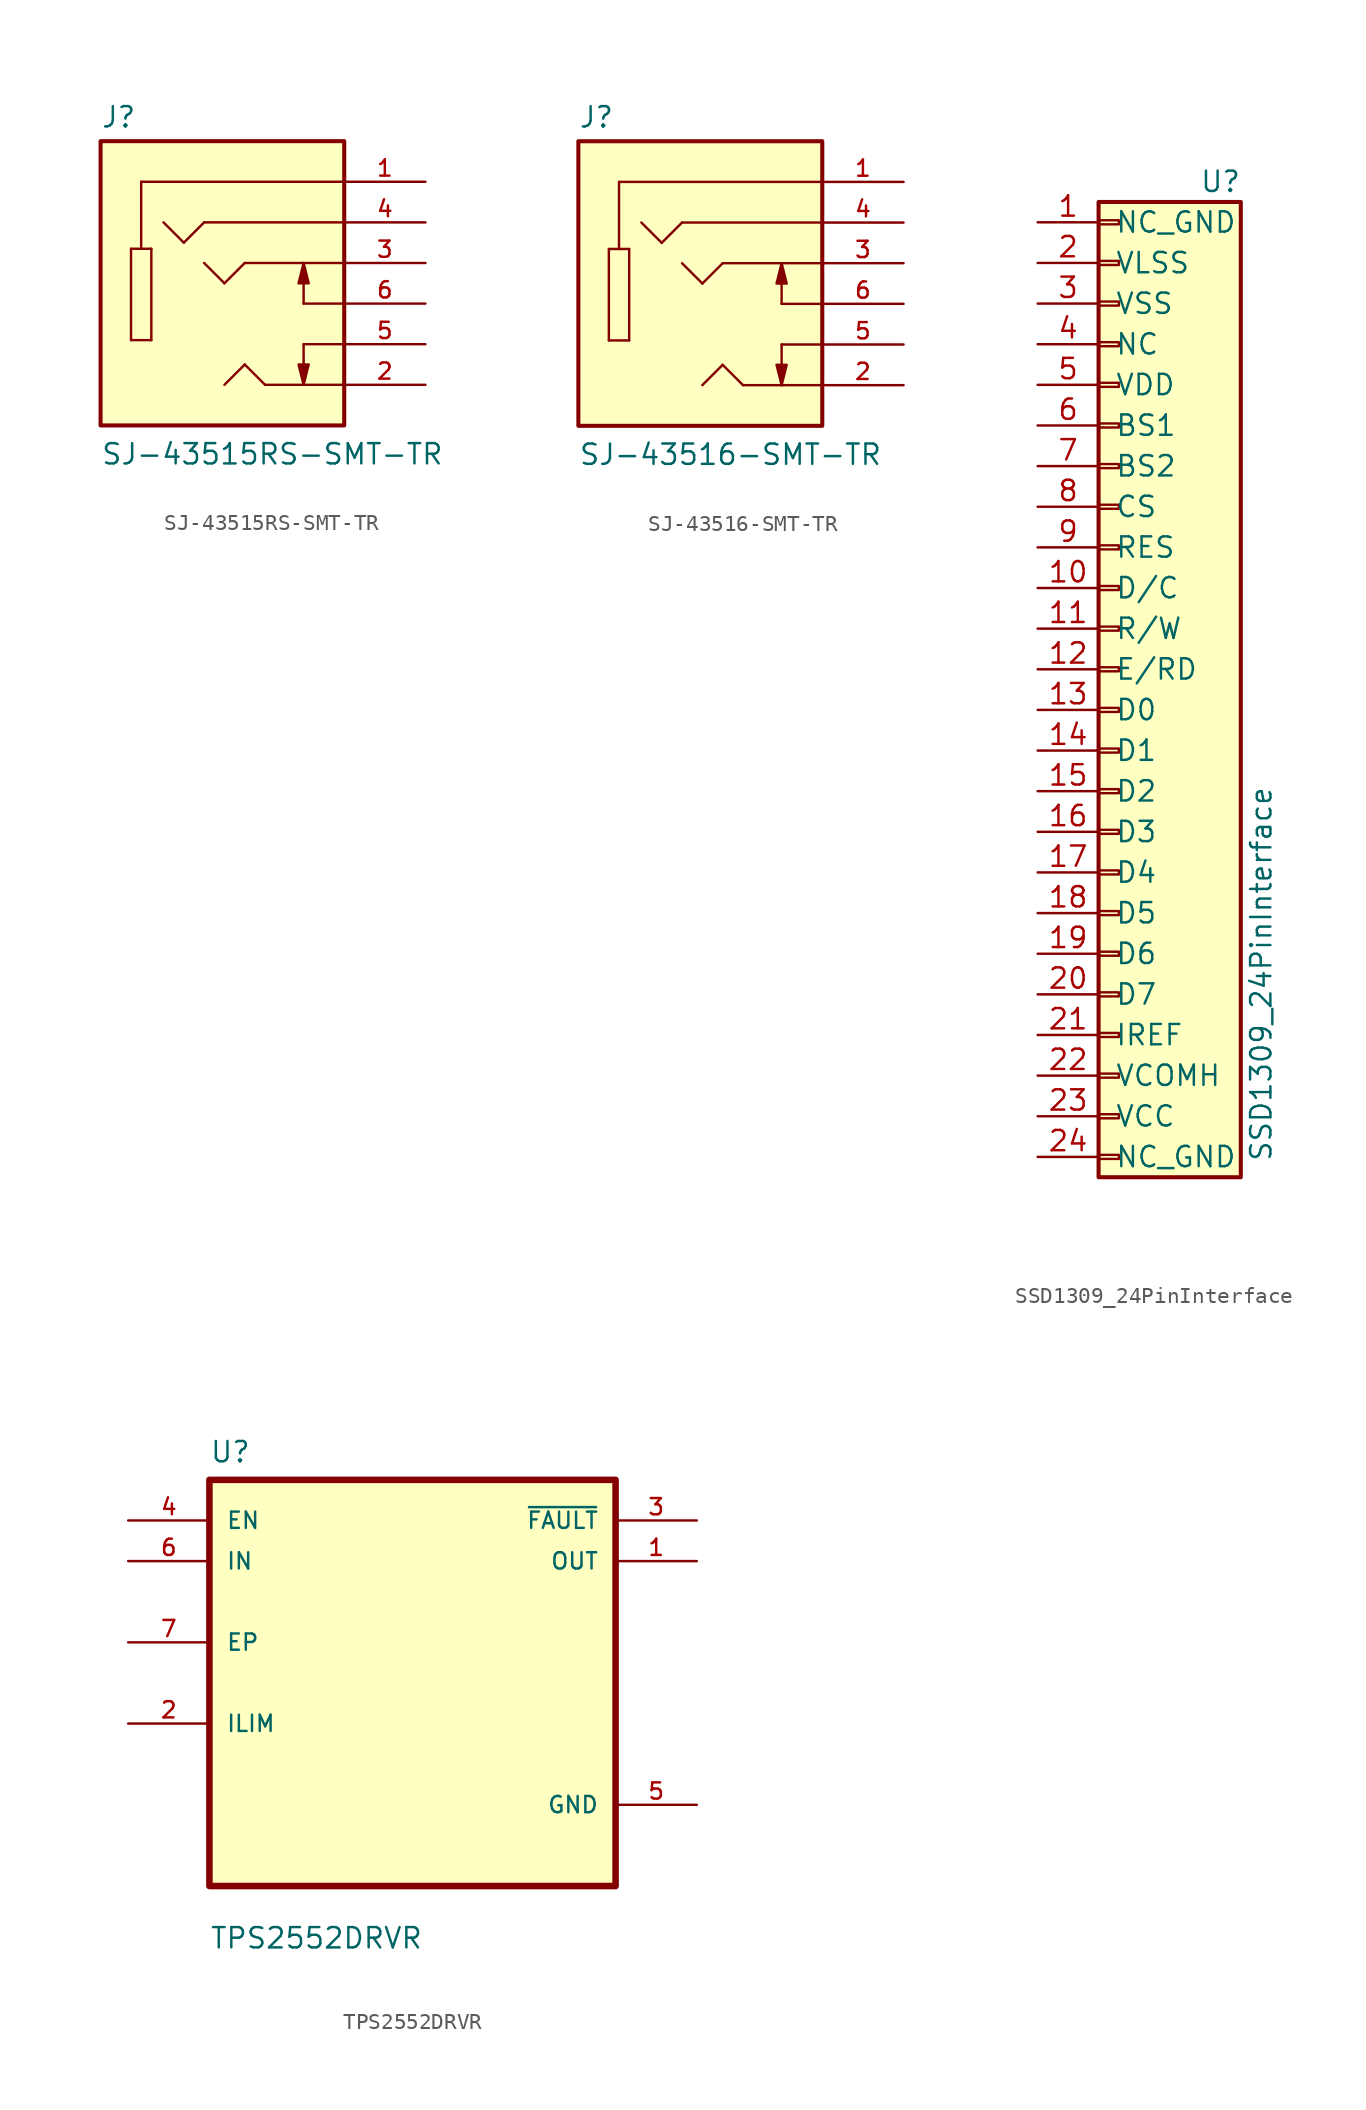
<source format=kicad_sym>
(kicad_symbol_lib
  (version 20231120)
  (generator "kicad_symbol_editor")
  (generator_version "8.0")
  (symbol "SJ-43515RS-SMT-TR"
    (pin_names
      (offset 1.016) hide)
    (property "Reference" "J"
      (at -7.62 8.382 0)
      (effects (font (size 1.27 1.27)) (justify left bottom)))
    (property "Value" "SJ-43515RS-SMT-TR"
      (at -7.62 -12.7 0)
      (effects (font (size 1.27 1.27)) (justify left bottom)))
    (property "ki_locked" ""
      (at 0 0 0)
      (effects (font (size 1.27 1.27))))
    (symbol "SJ-43515RS-SMT-TR_0_0"
      (rectangle (start -7.62 7.62) (end 7.62 -10.16) (stroke (width 0.254) (type default)) (fill (type background)))
      (polyline (pts (xy -5.715 -4.826) (xy -5.715 0.889)) (stroke (width 0.152) (type default)) (fill (type none)))
      (polyline (pts (xy -5.715 0.889) (xy -5.08 0.889)) (stroke (width 0.152) (type default)) (fill (type none)))
      (polyline (pts (xy -5.08 0.889) (xy -4.445 0.889)) (stroke (width 0.152) (type default)) (fill (type none)))
      (polyline (pts (xy -5.08 5.08) (xy -5.08 0.889)) (stroke (width 0.152) (type default)) (fill (type none)))
      (polyline (pts (xy -4.445 -4.826) (xy -5.715 -4.826)) (stroke (width 0.152) (type default)) (fill (type none)))
      (polyline (pts (xy -4.445 0.889) (xy -4.445 -4.826)) (stroke (width 0.152) (type default)) (fill (type none)))
      (polyline (pts (xy -2.413 1.27) (xy -3.683 2.54)) (stroke (width 0.152) (type default)) (fill (type none)))
      (polyline (pts (xy -1.143 2.54) (xy -2.413 1.27)) (stroke (width 0.152) (type default)) (fill (type none)))
      (polyline (pts (xy 0.127 -1.27) (xy -1.143 0)) (stroke (width 0.152) (type default)) (fill (type none)))
      (polyline (pts (xy 1.397 -6.35) (xy 0.127 -7.62)) (stroke (width 0.152) (type default)) (fill (type none)))
      (polyline (pts (xy 1.397 0) (xy 0.127 -1.27)) (stroke (width 0.152) (type default)) (fill (type none)))
      (polyline (pts (xy 2.667 -7.62) (xy 1.397 -6.35)) (stroke (width 0.152) (type default)) (fill (type none)))
      (polyline (pts (xy 5.08 -5.08) (xy 5.08 -7.62)) (stroke (width 0.152) (type default)) (fill (type none)))
      (polyline (pts (xy 5.08 -2.54) (xy 5.08 0)) (stroke (width 0.152) (type default)) (fill (type none)))
      (polyline (pts (xy 7.62 -7.62) (xy 2.667 -7.62)) (stroke (width 0.152) (type default)) (fill (type none)))
      (polyline (pts (xy 7.62 -5.08) (xy 5.08 -5.08)) (stroke (width 0.152) (type default)) (fill (type none)))
      (polyline (pts (xy 7.62 -2.54) (xy 5.08 -2.54)) (stroke (width 0.152) (type default)) (fill (type none)))
      (polyline (pts (xy 7.62 0) (xy 1.397 0)) (stroke (width 0.152) (type default)) (fill (type none)))
      (polyline (pts (xy 7.62 2.54) (xy -1.143 2.54)) (stroke (width 0.152) (type default)) (fill (type none)))
      (polyline (pts (xy 7.62 5.08) (xy -5.08 5.08)) (stroke (width 0.152) (type default)) (fill (type none)))
      (polyline (pts (xy 5.08 -7.62) (xy 4.763 -6.35) (xy 5.397 -6.35) (xy 5.08 -7.62)) (stroke (width 0.152) (type default)) (fill (type outline)))
      (polyline (pts (xy 5.08 0) (xy 5.397 -1.27) (xy 4.763 -1.27) (xy 5.08 0)) (stroke (width 0.152) (type default)) (fill (type outline)))
      (pin passive line (at 12.7 5.08 180) (length 5.08) (name "~" (effects (font (size 1.016 1.016)))) (number "1" (effects (font (size 1.016 1.016)))))
      (pin passive line (at 12.7 -7.62 180) (length 5.08) (name "~" (effects (font (size 1.016 1.016)))) (number "2" (effects (font (size 1.016 1.016)))))
      (pin passive line (at 12.7 0 180) (length 5.08) (name "~" (effects (font (size 1.016 1.016)))) (number "3" (effects (font (size 1.016 1.016)))))
      (pin passive line (at 12.7 2.54 180) (length 5.08) (name "~" (effects (font (size 1.016 1.016)))) (number "4" (effects (font (size 1.016 1.016)))))
      (pin passive line (at 12.7 -5.08 180) (length 5.08) (name "~" (effects (font (size 1.016 1.016)))) (number "5" (effects (font (size 1.016 1.016)))))
      (pin passive line (at 12.7 -2.54 180) (length 5.08) (name "~" (effects (font (size 1.016 1.016)))) (number "6" (effects (font (size 1.016 1.016)))))))
  (symbol "SJ-43516-SMT-TR"
    (pin_names
      (offset 1.016))
    (property "Reference" "J"
      (at -7.62 8.382 0)
      (effects (font (size 1.27 1.27)) (justify left bottom)))
    (property "Value" "SJ-43516-SMT-TR"
      (at -7.62 -12.7 0)
      (effects (font (size 1.27 1.27)) (justify left bottom)))
    (symbol "SJ-43516-SMT-TR_0_0"
      (rectangle (start -7.62 -10.16) (end 7.62 7.62) (stroke (width 0.254) (type default)) (fill (type background)))
      (polyline (pts (xy -5.715 -4.826) (xy -5.715 0.889)) (stroke (width 0.152) (type default)) (fill (type none)))
      (polyline (pts (xy -5.715 0.889) (xy -5.08 0.889)) (stroke (width 0.152) (type default)) (fill (type none)))
      (polyline (pts (xy -5.08 0.889) (xy -4.445 0.889)) (stroke (width 0.152) (type default)) (fill (type none)))
      (polyline (pts (xy -5.08 5.08) (xy -5.08 0.889)) (stroke (width 0.152) (type default)) (fill (type none)))
      (polyline (pts (xy -4.445 -4.826) (xy -5.715 -4.826)) (stroke (width 0.152) (type default)) (fill (type none)))
      (polyline (pts (xy -4.445 0.889) (xy -4.445 -4.826)) (stroke (width 0.152) (type default)) (fill (type none)))
      (polyline (pts (xy -2.413 1.27) (xy -3.683 2.54)) (stroke (width 0.152) (type default)) (fill (type none)))
      (polyline (pts (xy -1.143 2.54) (xy -2.413 1.27)) (stroke (width 0.152) (type default)) (fill (type none)))
      (polyline (pts (xy 0.127 -1.27) (xy -1.143 0)) (stroke (width 0.152) (type default)) (fill (type none)))
      (polyline (pts (xy 1.397 -6.35) (xy 0.127 -7.62)) (stroke (width 0.152) (type default)) (fill (type none)))
      (polyline (pts (xy 1.397 0) (xy 0.127 -1.27)) (stroke (width 0.152) (type default)) (fill (type none)))
      (polyline (pts (xy 2.667 -7.62) (xy 1.397 -6.35)) (stroke (width 0.152) (type default)) (fill (type none)))
      (polyline (pts (xy 5.08 -5.08) (xy 5.08 -7.62)) (stroke (width 0.152) (type default)) (fill (type none)))
      (polyline (pts (xy 5.08 -2.54) (xy 5.08 0)) (stroke (width 0.152) (type default)) (fill (type none)))
      (polyline (pts (xy 7.62 -7.62) (xy 2.667 -7.62)) (stroke (width 0.152) (type default)) (fill (type none)))
      (polyline (pts (xy 7.62 -5.08) (xy 5.08 -5.08)) (stroke (width 0.152) (type default)) (fill (type none)))
      (polyline (pts (xy 7.62 -2.54) (xy 5.08 -2.54)) (stroke (width 0.152) (type default)) (fill (type none)))
      (polyline (pts (xy 7.62 0) (xy 1.397 0)) (stroke (width 0.152) (type default)) (fill (type none)))
      (polyline (pts (xy 7.62 2.54) (xy -1.143 2.54)) (stroke (width 0.152) (type default)) (fill (type none)))
      (polyline (pts (xy 7.62 5.08) (xy -5.08 5.08)) (stroke (width 0.152) (type default)) (fill (type none)))
      (polyline (pts (xy 5.08 -7.62) (xy 4.763 -6.35) (xy 5.397 -6.35) (xy 5.08 -7.62)) (stroke (width 0.152) (type default)) (fill (type outline)))
      (polyline (pts (xy 5.08 0) (xy 5.397 -1.27) (xy 4.763 -1.27) (xy 5.08 0)) (stroke (width 0.152) (type default)) (fill (type outline)))
      (pin passive line (at 12.7 5.08 180) (length 5.08) (name "~" (effects (font (size 1.016 1.016)))) (number "1" (effects (font (size 1.016 1.016)))))
      (pin passive line (at 12.7 -7.62 180) (length 5.08) (name "~" (effects (font (size 1.016 1.016)))) (number "2" (effects (font (size 1.016 1.016)))))
      (pin passive line (at 12.7 0 180) (length 5.08) (name "~" (effects (font (size 1.016 1.016)))) (number "3" (effects (font (size 1.016 1.016)))))
      (pin passive line (at 12.7 2.54 180) (length 5.08) (name "~" (effects (font (size 1.016 1.016)))) (number "4" (effects (font (size 1.016 1.016)))))
      (pin passive line (at 12.7 -5.08 180) (length 5.08) (name "~" (effects (font (size 1.016 1.016)))) (number "5" (effects (font (size 1.016 1.016)))))
      (pin passive line (at 12.7 -2.54 180) (length 5.08) (name "~" (effects (font (size 1.016 1.016)))) (number "6" (effects (font (size 1.016 1.016)))))))
  (symbol "SSD1309_24PinInterface"
    (pin_names
      (offset 1.016))
    (property "Reference" "U"
      (at 3.81 30.48 0)
      (effects (font (size 1.27 1.27))))
    (property "Value" "SSD1309_24PinInterface"
      (at 6.35 -19.05 90)
      (effects (font (size 1.27 1.27))))
    (symbol "SSD1309_24PinInterface_1_1"
      (rectangle (start -3.81 -30.353) (end -2.54 -30.607) (stroke (width 0.152) (type solid)) (fill (type none)))
      (rectangle (start -3.81 -27.813) (end -2.54 -28.067) (stroke (width 0.152) (type solid)) (fill (type none)))
      (rectangle (start -3.81 -25.273) (end -2.54 -25.527) (stroke (width 0.152) (type solid)) (fill (type none)))
      (rectangle (start -3.81 -22.733) (end -2.54 -22.987) (stroke (width 0.152) (type solid)) (fill (type none)))
      (rectangle (start -3.81 -20.193) (end -2.54 -20.447) (stroke (width 0.152) (type solid)) (fill (type none)))
      (rectangle (start -3.81 -17.653) (end -2.54 -17.907) (stroke (width 0.152) (type solid)) (fill (type none)))
      (rectangle (start -3.81 -15.113) (end -2.54 -15.367) (stroke (width 0.152) (type solid)) (fill (type none)))
      (rectangle (start -3.81 -12.573) (end -2.54 -12.827) (stroke (width 0.152) (type solid)) (fill (type none)))
      (rectangle (start -3.81 -10.033) (end -2.54 -10.287) (stroke (width 0.152) (type solid)) (fill (type none)))
      (rectangle (start -3.81 -7.493) (end -2.54 -7.747) (stroke (width 0.152) (type solid)) (fill (type none)))
      (rectangle (start -3.81 -4.953) (end -2.54 -5.207) (stroke (width 0.152) (type solid)) (fill (type none)))
      (rectangle (start -3.81 -2.413) (end -2.54 -2.667) (stroke (width 0.152) (type solid)) (fill (type none)))
      (rectangle (start -3.81 0.127) (end -2.54 -0.127) (stroke (width 0.152) (type solid)) (fill (type none)))
      (rectangle (start -3.81 2.667) (end -2.54 2.413) (stroke (width 0.152) (type solid)) (fill (type none)))
      (rectangle (start -3.81 5.207) (end -2.54 4.953) (stroke (width 0.152) (type solid)) (fill (type none)))
      (rectangle (start -3.81 7.747) (end -2.54 7.493) (stroke (width 0.152) (type solid)) (fill (type none)))
      (rectangle (start -3.81 10.287) (end -2.54 10.033) (stroke (width 0.152) (type solid)) (fill (type none)))
      (rectangle (start -3.81 12.827) (end -2.54 12.573) (stroke (width 0.152) (type solid)) (fill (type none)))
      (rectangle (start -3.81 15.367) (end -2.54 15.113) (stroke (width 0.152) (type solid)) (fill (type none)))
      (rectangle (start -3.81 17.907) (end -2.54 17.653) (stroke (width 0.152) (type solid)) (fill (type none)))
      (rectangle (start -3.81 20.447) (end -2.54 20.193) (stroke (width 0.152) (type solid)) (fill (type none)))
      (rectangle (start -3.81 22.987) (end -2.54 22.733) (stroke (width 0.152) (type solid)) (fill (type none)))
      (rectangle (start -3.81 25.527) (end -2.54 25.273) (stroke (width 0.152) (type solid)) (fill (type none)))
      (rectangle (start -3.81 28.067) (end -2.54 27.813) (stroke (width 0.152) (type solid)) (fill (type none)))
      (rectangle (start -3.81 29.21) (end 5.08 -31.75) (stroke (width 0.254) (type solid)) (fill (type background)))
      (pin passive line (at -7.62 27.94 0) (length 3.81) (name "NC_GND" (effects (font (size 1.27 1.27)))) (number "1" (effects (font (size 1.27 1.27)))))
      (pin input line (at -7.62 5.08 0) (length 3.81) (name "D/C" (effects (font (size 1.27 1.27)))) (number "10" (effects (font (size 1.27 1.27)))))
      (pin input line (at -7.62 2.54 0) (length 3.81) (name "R/W" (effects (font (size 1.27 1.27)))) (number "11" (effects (font (size 1.27 1.27)))))
      (pin input line (at -7.62 0 0) (length 3.81) (name "E/RD" (effects (font (size 1.27 1.27)))) (number "12" (effects (font (size 1.27 1.27)))))
      (pin input line (at -7.62 -2.54 0) (length 3.81) (name "D0" (effects (font (size 1.27 1.27)))) (number "13" (effects (font (size 1.27 1.27)))))
      (pin input line (at -7.62 -5.08 0) (length 3.81) (name "D1" (effects (font (size 1.27 1.27)))) (number "14" (effects (font (size 1.27 1.27)))))
      (pin input line (at -7.62 -7.62 0) (length 3.81) (name "D2" (effects (font (size 1.27 1.27)))) (number "15" (effects (font (size 1.27 1.27)))))
      (pin input line (at -7.62 -10.16 0) (length 3.81) (name "D3" (effects (font (size 1.27 1.27)))) (number "16" (effects (font (size 1.27 1.27)))))
      (pin input line (at -7.62 -12.7 0) (length 3.81) (name "D4" (effects (font (size 1.27 1.27)))) (number "17" (effects (font (size 1.27 1.27)))))
      (pin input line (at -7.62 -15.24 0) (length 3.81) (name "D5" (effects (font (size 1.27 1.27)))) (number "18" (effects (font (size 1.27 1.27)))))
      (pin input line (at -7.62 -17.78 0) (length 3.81) (name "D6" (effects (font (size 1.27 1.27)))) (number "19" (effects (font (size 1.27 1.27)))))
      (pin power_in line (at -7.62 25.4 0) (length 3.81) (name "VLSS" (effects (font (size 1.27 1.27)))) (number "2" (effects (font (size 1.27 1.27)))))
      (pin input line (at -7.62 -20.32 0) (length 3.81) (name "D7" (effects (font (size 1.27 1.27)))) (number "20" (effects (font (size 1.27 1.27)))))
      (pin output line (at -7.62 -22.86 0) (length 3.81) (name "IREF" (effects (font (size 1.27 1.27)))) (number "21" (effects (font (size 1.27 1.27)))))
      (pin power_out line (at -7.62 -25.4 0) (length 3.81) (name "VCOMH" (effects (font (size 1.27 1.27)))) (number "22" (effects (font (size 1.27 1.27)))))
      (pin power_in line (at -7.62 -27.94 0) (length 3.81) (name "VCC" (effects (font (size 1.27 1.27)))) (number "23" (effects (font (size 1.27 1.27)))))
      (pin passive line (at -7.62 -30.48 0) (length 3.81) (name "NC_GND" (effects (font (size 1.27 1.27)))) (number "24" (effects (font (size 1.27 1.27)))))
      (pin power_in line (at -7.62 22.86 0) (length 3.81) (name "VSS" (effects (font (size 1.27 1.27)))) (number "3" (effects (font (size 1.27 1.27)))))
      (pin passive line (at -7.62 20.32 0) (length 3.81) (name "NC" (effects (font (size 1.27 1.27)))) (number "4" (effects (font (size 1.27 1.27)))))
      (pin power_in line (at -7.62 17.78 0) (length 3.81) (name "VDD" (effects (font (size 1.27 1.27)))) (number "5" (effects (font (size 1.27 1.27)))))
      (pin input line (at -7.62 15.24 0) (length 3.81) (name "BS1" (effects (font (size 1.27 1.27)))) (number "6" (effects (font (size 1.27 1.27)))))
      (pin input line (at -7.62 12.7 0) (length 3.81) (name "BS2" (effects (font (size 1.27 1.27)))) (number "7" (effects (font (size 1.27 1.27)))))
      (pin input line (at -7.62 10.16 0) (length 3.81) (name "CS" (effects (font (size 1.27 1.27)))) (number "8" (effects (font (size 1.27 1.27)))))
      (pin input line (at -7.62 7.62 0) (length 3.81) (name "RES" (effects (font (size 1.27 1.27)))) (number "9" (effects (font (size 1.27 1.27)))))))
  (symbol "TPS2552DRVR"
    (pin_names
      (offset 1.016))
    (property "Reference" "U"
      (at -12.7 13.7 0)
      (effects (font (size 1.27 1.27)) (justify left bottom)))
    (property "Value" "TPS2552DRVR"
      (at -12.7 -16.7 0)
      (effects (font (size 1.27 1.27)) (justify left bottom)))
    (symbol "TPS2552DRVR_0_0"
      (rectangle (start -12.7 -12.7) (end 12.7 12.7) (stroke (width 0.41) (type default)) (fill (type background)))
      (pin output line (at 17.78 7.62 180) (length 5.08) (name "OUT" (effects (font (size 1.016 1.016)))) (number "1" (effects (font (size 1.016 1.016)))))
      (pin bidirectional line (at -17.78 -2.54 0) (length 5.08) (name "ILIM" (effects (font (size 1.016 1.016)))) (number "2" (effects (font (size 1.016 1.016)))))
      (pin output line (at 17.78 10.16 180) (length 5.08) (name "~{FAULT}" (effects (font (size 1.016 1.016)))) (number "3" (effects (font (size 1.016 1.016)))))
      (pin input line (at -17.78 10.16 0) (length 5.08) (name "EN" (effects (font (size 1.016 1.016)))) (number "4" (effects (font (size 1.016 1.016)))))
      (pin power_in line (at 17.78 -7.62 180) (length 5.08) (name "GND" (effects (font (size 1.016 1.016)))) (number "5" (effects (font (size 1.016 1.016)))))
      (pin input line (at -17.78 7.62 0) (length 5.08) (name "IN" (effects (font (size 1.016 1.016)))) (number "6" (effects (font (size 1.016 1.016)))))
      (pin bidirectional line (at -17.78 2.54 0) (length 5.08) (name "EP" (effects (font (size 1.016 1.016)))) (number "7" (effects (font (size 1.016 1.016))))))))
</source>
